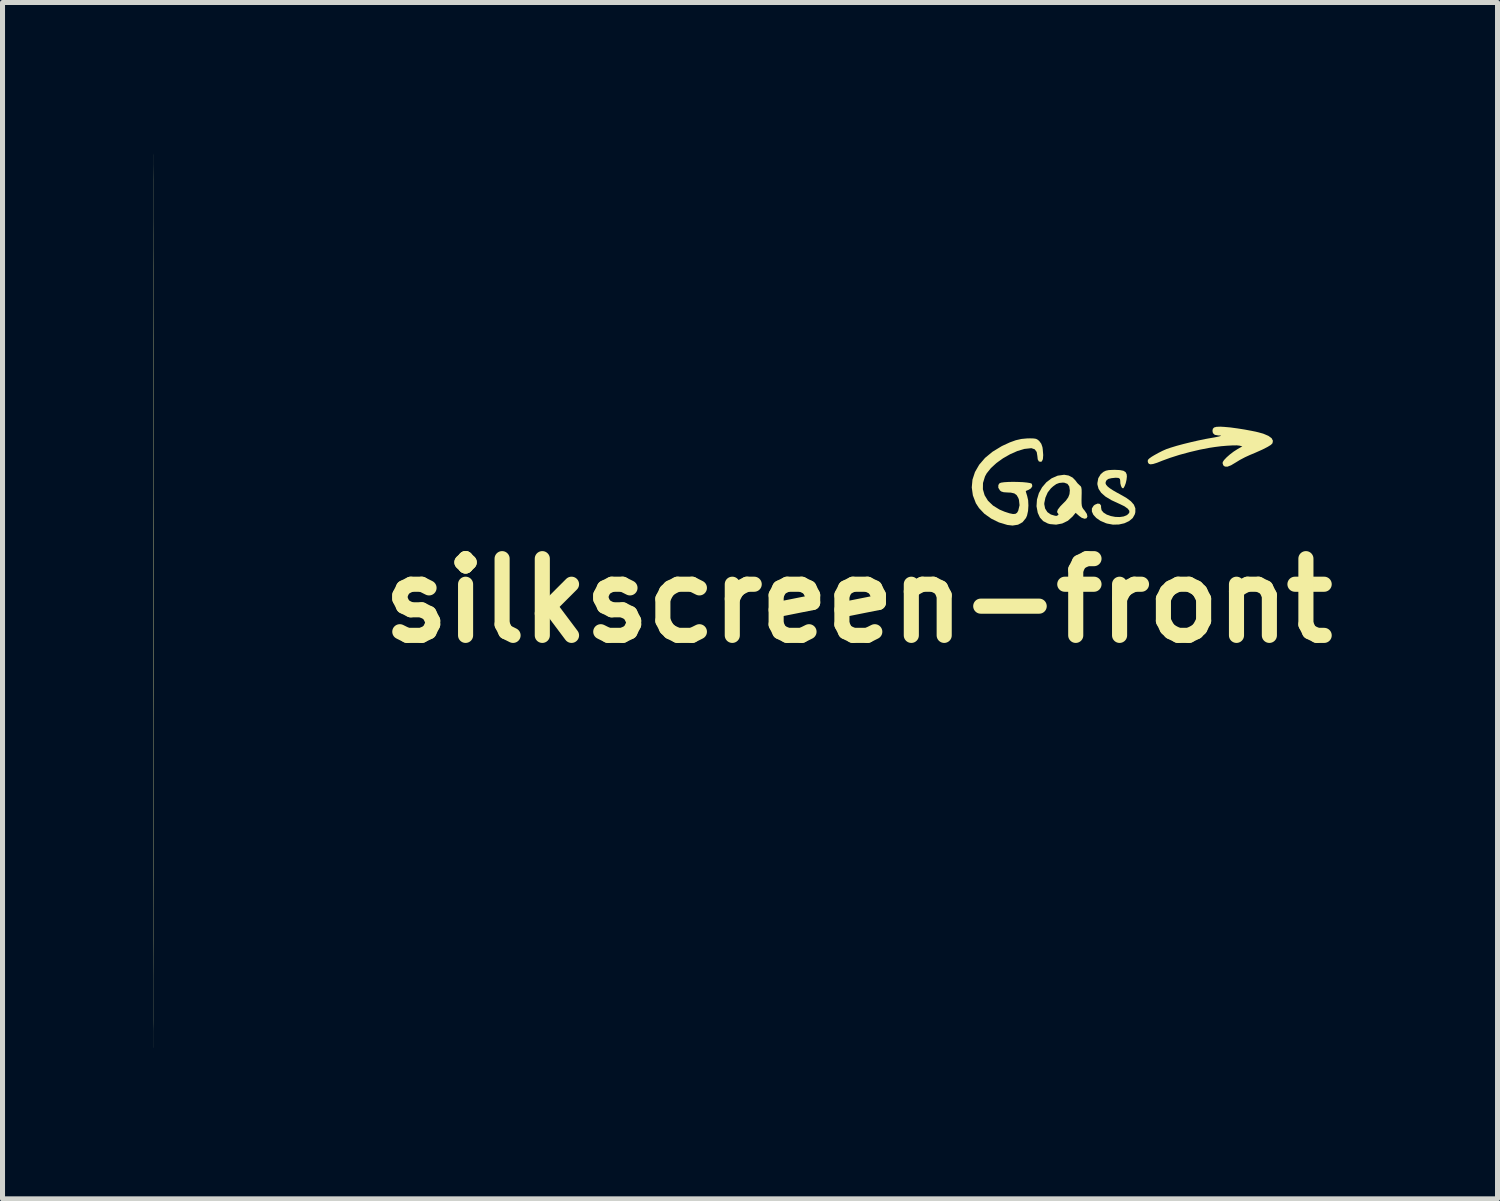
<source format=kicad_pcb>
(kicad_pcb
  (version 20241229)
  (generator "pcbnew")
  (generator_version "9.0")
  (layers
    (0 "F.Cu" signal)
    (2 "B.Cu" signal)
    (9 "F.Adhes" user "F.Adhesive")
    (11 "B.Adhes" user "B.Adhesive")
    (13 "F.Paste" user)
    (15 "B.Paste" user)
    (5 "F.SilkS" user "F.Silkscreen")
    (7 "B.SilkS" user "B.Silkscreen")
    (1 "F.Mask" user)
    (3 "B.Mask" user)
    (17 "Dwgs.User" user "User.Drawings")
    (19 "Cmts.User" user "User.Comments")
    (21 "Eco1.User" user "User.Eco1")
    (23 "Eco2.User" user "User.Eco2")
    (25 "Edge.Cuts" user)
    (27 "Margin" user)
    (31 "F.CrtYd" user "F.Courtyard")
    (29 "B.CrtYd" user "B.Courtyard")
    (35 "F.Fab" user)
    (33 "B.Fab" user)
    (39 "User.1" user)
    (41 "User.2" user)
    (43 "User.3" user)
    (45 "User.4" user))
  (footprint "silkscreen-front"
    (layer "F.Cu")
    (at 13.999 8.881)
    (property "Reference" "silkscreen-front" (at 0 0 0) (layer "F.SilkS") (effects (font (size 1.524 1.524) (thickness 0.3))))
    (attr board_only exclude_from_pos_files exclude_from_bom)
    (fp_poly (pts (xy 4.176 -2.486) (xy 4.256 -2.445) (xy 4.314 -2.386) (xy 4.315 -2.383) (xy 4.353 -2.333) (xy 4.394 -2.294) (xy 4.395 -2.292) (xy 4.417 -2.273) (xy 4.429 -2.248) (xy 4.435 -2.206) (xy 4.436 -2.139) (xy 4.435 -2.103) (xy 4.433 -2.003) (xy 4.434 -1.933) (xy 4.439 -1.885) (xy 4.45 -1.85) (xy 4.468 -1.821) (xy 4.495 -1.789) (xy 4.539 -1.723) (xy 4.55 -1.671) (xy 4.533 -1.637) (xy 4.494 -1.627) (xy 4.437 -1.646) (xy 4.387 -1.682) (xy 4.316 -1.745) (xy 4.255 -1.671) (xy 4.162 -1.587) (xy 4.05 -1.533) (xy 3.928 -1.51) (xy 3.806 -1.521) (xy 3.764 -1.533) (xy 3.672 -1.58) (xy 3.607 -1.651) (xy 3.564 -1.744) (xy 3.539 -1.876) (xy 3.542 -1.916) (xy 3.693 -1.916) (xy 3.71 -1.83) (xy 3.755 -1.759) (xy 3.823 -1.712) (xy 3.839 -1.707) (xy 3.895 -1.69) (xy 3.926 -1.684) (xy 3.944 -1.686) (xy 3.962 -1.697) (xy 3.964 -1.698) (xy 3.978 -1.717) (xy 3.968 -1.728) (xy 3.947 -1.76) (xy 3.961 -1.808) (xy 4.01 -1.872) (xy 4.046 -1.909) (xy 4.122 -1.986) (xy 4.169 -2.052) (xy 4.194 -2.117) (xy 4.201 -2.19) (xy 4.201 -2.191) (xy 4.189 -2.27) (xy 4.154 -2.32) (xy 4.092 -2.343) (xy 4.06 -2.345) (xy 3.991 -2.338) (xy 3.932 -2.316) (xy 3.869 -2.271) (xy 3.824 -2.23) (xy 3.761 -2.149) (xy 3.716 -2.046) (xy 3.694 -1.94) (xy 3.693 -1.916) (xy 3.542 -1.916) (xy 3.548 -2.008) (xy 3.586 -2.136) (xy 3.65 -2.252) (xy 3.736 -2.353) (xy 3.84 -2.431) (xy 3.959 -2.483) (xy 4.088 -2.501) (xy 4.088 -2.501)) (stroke (width 0) (type solid)) (fill yes) (layer "F.SilkS"))
    (fp_poly (pts (xy 7.264 -3.452) (xy 7.388 -3.441) (xy 7.528 -3.422) (xy 7.673 -3.399) (xy 7.813 -3.373) (xy 7.938 -3.346) (xy 8.036 -3.319) (xy 8.048 -3.315) (xy 8.146 -3.273) (xy 8.209 -3.227) (xy 8.235 -3.176) (xy 8.226 -3.127) (xy 8.194 -3.094) (xy 8.127 -3.053) (xy 8.025 -3.001) (xy 7.886 -2.939) (xy 7.774 -2.892) (xy 7.68 -2.849) (xy 7.578 -2.795) (xy 7.495 -2.744) (xy 7.403 -2.689) (xy 7.333 -2.662) (xy 7.282 -2.663) (xy 7.25 -2.686) (xy 7.236 -2.726) (xy 7.238 -2.753) (xy 7.264 -2.793) (xy 7.314 -2.846) (xy 7.381 -2.905) (xy 7.456 -2.962) (xy 7.531 -3.01) (xy 7.627 -3.065) (xy 7.572 -3.079) (xy 7.518 -3.085) (xy 7.433 -3.084) (xy 7.327 -3.078) (xy 7.206 -3.068) (xy 7.08 -3.052) (xy 6.975 -3.036) (xy 6.783 -2.999) (xy 6.58 -2.951) (xy 6.377 -2.896) (xy 6.189 -2.836) (xy 6.039 -2.781) (xy 5.933 -2.739) (xy 5.856 -2.715) (xy 5.804 -2.708) (xy 5.772 -2.717) (xy 5.754 -2.743) (xy 5.748 -2.77) (xy 5.752 -2.796) (xy 5.777 -2.823) (xy 5.827 -2.859) (xy 5.877 -2.889) (xy 5.958 -2.934) (xy 6.043 -2.977) (xy 6.114 -3.008) (xy 6.115 -3.009) (xy 6.203 -3.039) (xy 6.321 -3.075) (xy 6.458 -3.112) (xy 6.605 -3.148) (xy 6.753 -3.182) (xy 6.893 -3.211) (xy 6.964 -3.224) (xy 7.08 -3.244) (xy 7.158 -3.26) (xy 7.198 -3.272) (xy 7.203 -3.279) (xy 7.172 -3.282) (xy 7.148 -3.282) (xy 7.08 -3.294) (xy 7.043 -3.328) (xy 7.034 -3.372) (xy 7.041 -3.413) (xy 7.066 -3.44) (xy 7.114 -3.453) (xy 7.191 -3.456)) (stroke (width 0) (type solid)) (fill yes) (layer "F.SilkS"))
    (fp_poly (pts (xy 5.195 -2.594) (xy 5.266 -2.58) (xy 5.309 -2.553) (xy 5.33 -2.51) (xy 5.334 -2.466) (xy 5.327 -2.402) (xy 5.312 -2.335) (xy 5.29 -2.276) (xy 5.268 -2.238) (xy 5.258 -2.231) (xy 5.236 -2.242) (xy 5.217 -2.279) (xy 5.204 -2.33) (xy 5.202 -2.381) (xy 5.196 -2.418) (xy 5.168 -2.438) (xy 5.112 -2.442) (xy 5.027 -2.433) (xy 4.965 -2.418) (xy 4.93 -2.391) (xy 4.919 -2.372) (xy 4.909 -2.337) (xy 4.92 -2.305) (xy 4.951 -2.268) (xy 4.992 -2.235) (xy 5.057 -2.192) (xy 5.137 -2.146) (xy 5.191 -2.117) (xy 5.32 -2.044) (xy 5.413 -1.975) (xy 5.473 -1.907) (xy 5.502 -1.835) (xy 5.502 -1.758) (xy 5.492 -1.717) (xy 5.45 -1.641) (xy 5.378 -1.581) (xy 5.284 -1.537) (xy 5.175 -1.513) (xy 5.057 -1.51) (xy 4.939 -1.532) (xy 4.914 -1.54) (xy 4.808 -1.586) (xy 4.726 -1.643) (xy 4.668 -1.706) (xy 4.639 -1.77) (xy 4.639 -1.832) (xy 4.673 -1.886) (xy 4.698 -1.906) (xy 4.754 -1.929) (xy 4.797 -1.922) (xy 4.821 -1.887) (xy 4.821 -1.853) (xy 4.831 -1.797) (xy 4.871 -1.749) (xy 4.935 -1.709) (xy 5.014 -1.681) (xy 5.102 -1.664) (xy 5.191 -1.661) (xy 5.272 -1.673) (xy 5.339 -1.702) (xy 5.38 -1.743) (xy 5.384 -1.783) (xy 5.352 -1.827) (xy 5.285 -1.875) (xy 5.186 -1.923) (xy 5.181 -1.925) (xy 5.027 -1.996) (xy 4.908 -2.068) (xy 4.824 -2.142) (xy 4.772 -2.22) (xy 4.749 -2.305) (xy 4.748 -2.335) (xy 4.766 -2.433) (xy 4.816 -2.515) (xy 4.871 -2.56) (xy 4.917 -2.582) (xy 4.975 -2.594) (xy 5.058 -2.598) (xy 5.09 -2.599)) (stroke (width 0) (type solid)) (fill yes) (layer "F.SilkS"))
    (fp_poly (pts (xy -13.996 -8.85) (xy -13.996 -8.783) (xy -13.996 -8.679) (xy -13.996 -8.54) (xy -13.995 -8.363) (xy -13.995 -8.149) (xy -13.995 -7.897) (xy -13.995 -7.607) (xy -13.994 -7.279) (xy -13.994 -7.195) (xy -13.994 -6.572) (xy -13.994 -5.915) (xy -13.993 -5.226) (xy -13.993 -4.51) (xy -13.993 -3.771) (xy -13.993 -3.012) (xy -13.993 -2.239) (xy -13.992 -1.454) (xy -13.992 -0.662) (xy -13.992 0.134) (xy -13.992 0.929) (xy -13.992 1.719) (xy -13.993 2.5) (xy -13.993 3.269) (xy -13.993 4.022) (xy -13.993 4.753) (xy -13.993 5.461) (xy -13.994 6.14) (xy -13.994 6.786) (xy -13.994 7.195) (xy -13.995 7.533) (xy -13.995 7.832) (xy -13.995 8.093) (xy -13.995 8.316) (xy -13.996 8.501) (xy -13.996 8.65) (xy -13.996 8.761) (xy -13.996 8.837) (xy -13.996 8.877) (xy -13.997 8.882) (xy -13.997 8.851) (xy -13.997 8.786) (xy -13.997 8.687) (xy -13.997 8.554) (xy -13.998 8.388) (xy -13.998 8.189) (xy -13.998 7.957) (xy -13.998 7.694) (xy -13.998 7.398) (xy -13.998 7.072) (xy -13.999 6.714) (xy -13.999 6.327) (xy -13.999 5.909) (xy -13.999 5.461) (xy -13.999 4.985) (xy -13.999 4.479) (xy -13.999 3.945) (xy -13.999 3.383) (xy -13.999 2.794) (xy -13.999 2.177) (xy -13.999 1.534) (xy -13.999 0.865) (xy -13.999 0.169) (xy -13.999 0) (xy -13.999 -0.702) (xy -13.999 -1.377) (xy -13.999 -2.027) (xy -13.999 -2.65) (xy -13.999 -3.246) (xy -13.999 -3.814) (xy -13.999 -4.355) (xy -13.999 -4.867) (xy -13.999 -5.351) (xy -13.999 -5.805) (xy -13.999 -6.23) (xy -13.999 -6.625) (xy -13.998 -6.99) (xy -13.998 -7.324) (xy -13.998 -7.626) (xy -13.998 -7.898) (xy -13.998 -8.137) (xy -13.998 -8.344) (xy -13.998 -8.518) (xy -13.997 -8.658) (xy -13.997 -8.766) (xy -13.997 -8.839) (xy -13.997 -8.877) (xy -13.997 -8.881)) (stroke (width 0) (type solid)) (fill yes) (layer "F.SilkS"))
    (fp_poly (pts (xy 3.484 -3.222) (xy 3.531 -3.214) (xy 3.566 -3.195) (xy 3.595 -3.169) (xy 3.634 -3.116) (xy 3.657 -3.049) (xy 3.663 -3.007) (xy 3.672 -2.892) (xy 3.666 -2.811) (xy 3.645 -2.767) (xy 3.627 -2.758) (xy 3.586 -2.765) (xy 3.563 -2.807) (xy 3.556 -2.873) (xy 3.543 -2.953) (xy 3.504 -3.006) (xy 3.441 -3.028) (xy 3.426 -3.028) (xy 3.298 -3.014) (xy 3.158 -2.972) (xy 3.014 -2.908) (xy 2.874 -2.828) (xy 2.744 -2.735) (xy 2.634 -2.634) (xy 2.55 -2.53) (xy 2.516 -2.468) (xy 2.476 -2.338) (xy 2.474 -2.212) (xy 2.508 -2.094) (xy 2.575 -1.985) (xy 2.675 -1.889) (xy 2.805 -1.809) (xy 2.905 -1.767) (xy 3.004 -1.735) (xy 3.073 -1.721) (xy 3.121 -1.725) (xy 3.153 -1.747) (xy 3.176 -1.787) (xy 3.202 -1.896) (xy 3.19 -2.004) (xy 3.177 -2.041) (xy 3.144 -2.097) (xy 3.099 -2.13) (xy 3.031 -2.146) (xy 2.961 -2.149) (xy 2.887 -2.154) (xy 2.839 -2.169) (xy 2.814 -2.188) (xy 2.78 -2.243) (xy 2.781 -2.298) (xy 2.804 -2.332) (xy 2.835 -2.344) (xy 2.897 -2.353) (xy 2.979 -2.358) (xy 3.074 -2.36) (xy 3.173 -2.358) (xy 3.268 -2.354) (xy 3.35 -2.346) (xy 3.412 -2.336) (xy 3.444 -2.323) (xy 3.446 -2.321) (xy 3.456 -2.275) (xy 3.43 -2.232) (xy 3.386 -2.204) (xy 3.346 -2.187) (xy 3.326 -2.178) (xy 3.329 -2.16) (xy 3.342 -2.116) (xy 3.353 -2.082) (xy 3.373 -1.993) (xy 3.378 -1.889) (xy 3.371 -1.783) (xy 3.351 -1.691) (xy 3.329 -1.641) (xy 3.261 -1.558) (xy 3.172 -1.509) (xy 3.063 -1.492) (xy 2.96 -1.504) (xy 2.793 -1.554) (xy 2.639 -1.63) (xy 2.504 -1.726) (xy 2.397 -1.839) (xy 2.335 -1.934) (xy 2.275 -2.091) (xy 2.253 -2.249) (xy 2.267 -2.404) (xy 2.317 -2.556) (xy 2.401 -2.701) (xy 2.517 -2.836) (xy 2.665 -2.958) (xy 2.844 -3.067) (xy 2.872 -3.081) (xy 3.009 -3.144) (xy 3.128 -3.187) (xy 3.238 -3.212) (xy 3.353 -3.223) (xy 3.412 -3.224)) (stroke (width 0) (type solid)) (fill yes) (layer "F.SilkS")))
  (gr_rect
    (start -3 -3)
    (end 26.695 20.763)
    (stroke (width 0.1) (type default))
    (fill no)
    (layer "Edge.Cuts")))
</source>
